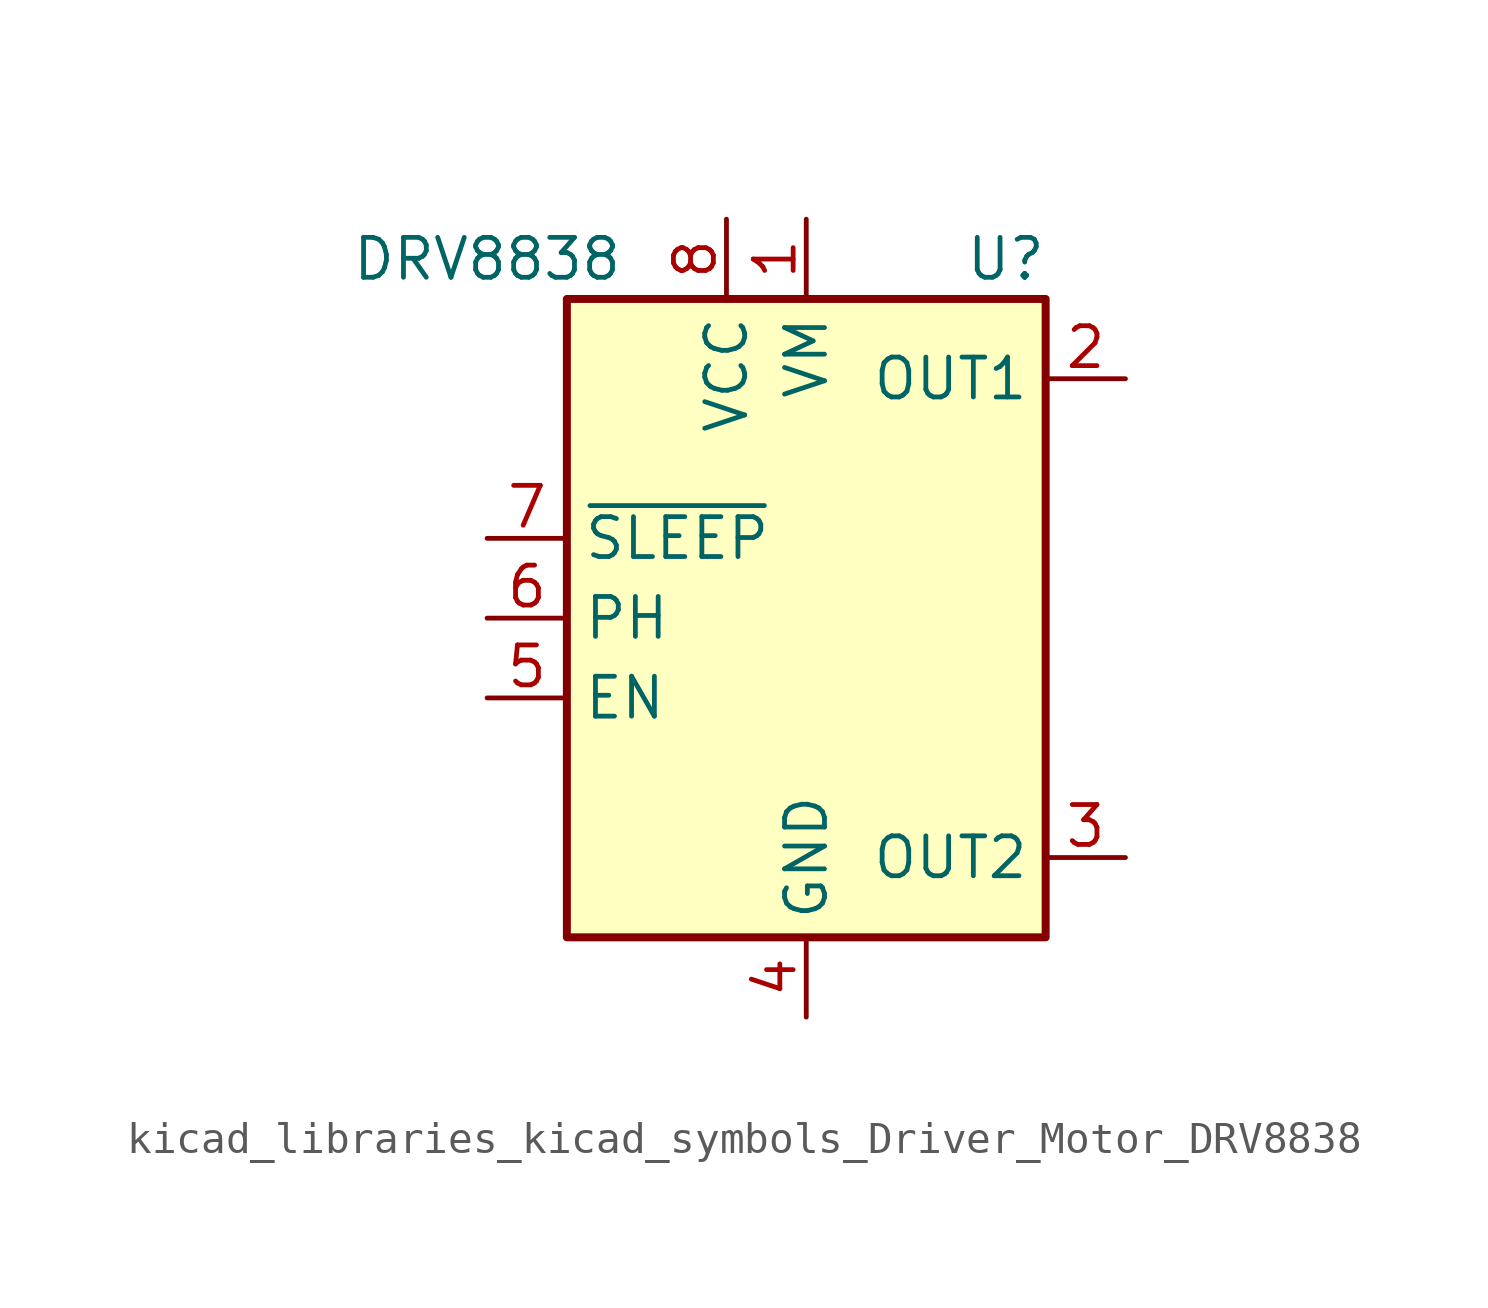
<source format=kicad_sym>
(kicad_symbol_lib
  (version 20220914)
  (generator kicad_symbol_editor)
  (symbol "kicad_libraries_kicad_symbols_Driver_Motor_DRV8838"
    (property "Reference" "U"
      (at 6.35 11.43 0)
      (effects (font (size 1.27 1.27))))
    (property "Value" "DRV8838"
      (at -10.16 11.43 0)
      (effects (font (size 1.27 1.27))))
    (symbol "kicad_libraries_kicad_symbols_Driver_Motor_DRV8838_0_1"
      (rectangle (start -7.62 10.16) (end 7.62 -10.16) (stroke (width 0.254) (type default)) (fill (type background))))
    (symbol "kicad_libraries_kicad_symbols_Driver_Motor_DRV8838_1_1"
      (pin power_in line (at 0 12.7 270) (length 2.54) (name "VM" (effects (font (size 1.27 1.27)))) (number "1" (effects (font (size 1.27 1.27)))))
      (pin output line (at 10.16 7.62 180) (length 2.54) (name "OUT1" (effects (font (size 1.27 1.27)))) (number "2" (effects (font (size 1.27 1.27)))))
      (pin output line (at 10.16 -7.62 180) (length 2.54) (name "OUT2" (effects (font (size 1.27 1.27)))) (number "3" (effects (font (size 1.27 1.27)))))
      (pin power_in line (at 0 -12.7 90) (length 2.54) (name "GND" (effects (font (size 1.27 1.27)))) (number "4" (effects (font (size 1.27 1.27)))))
      (pin input line (at -10.16 -2.54 0) (length 2.54) (name "EN" (effects (font (size 1.27 1.27)))) (number "5" (effects (font (size 1.27 1.27)))))
      (pin input line (at -10.16 0 0) (length 2.54) (name "PH" (effects (font (size 1.27 1.27)))) (number "6" (effects (font (size 1.27 1.27)))))
      (pin input line (at -10.16 2.54 0) (length 2.54) (name "~{SLEEP}" (effects (font (size 1.27 1.27)))) (number "7" (effects (font (size 1.27 1.27)))))
      (pin power_in line (at -2.54 12.7 270) (length 2.54) (name "VCC" (effects (font (size 1.27 1.27)))) (number "8" (effects (font (size 1.27 1.27)))))
      (pin passive line (at 0 -12.7 90) (length 2.54) hide (name "GND" (effects (font (size 1.27 1.27)))) (number "9" (effects (font (size 1.27 1.27))))))))
</source>
